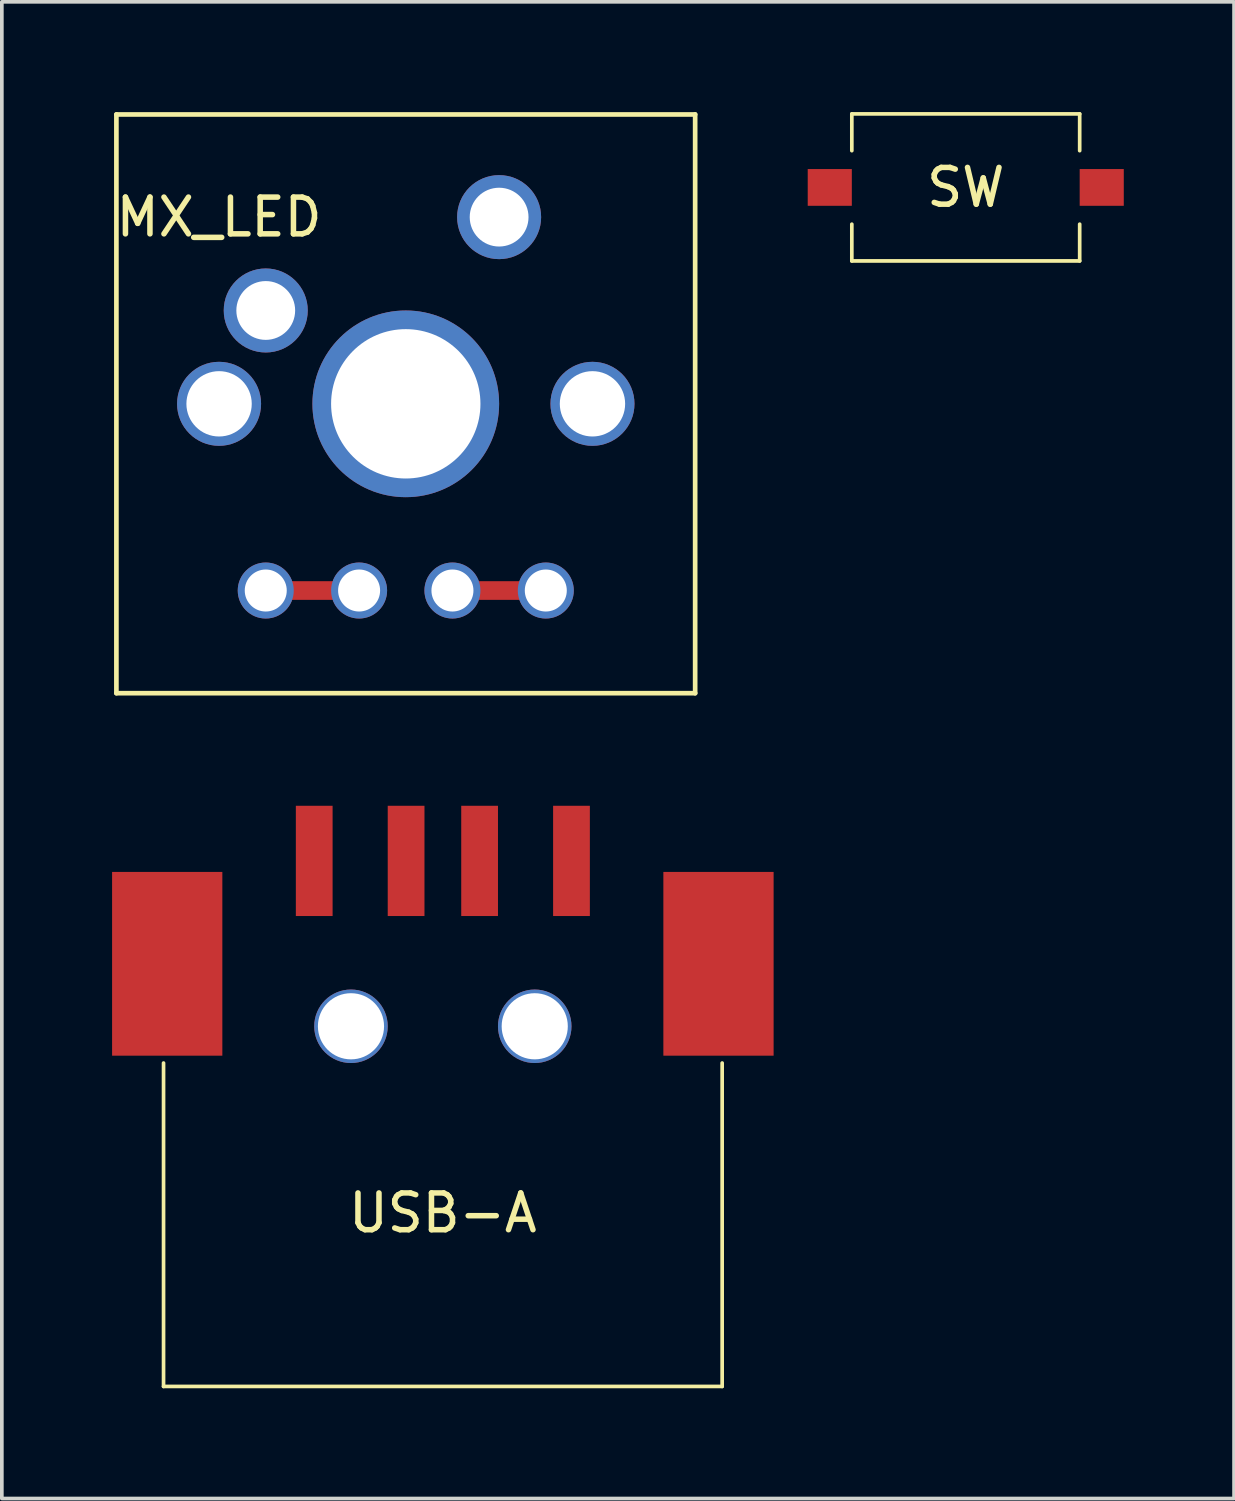
<source format=kicad_pcb>
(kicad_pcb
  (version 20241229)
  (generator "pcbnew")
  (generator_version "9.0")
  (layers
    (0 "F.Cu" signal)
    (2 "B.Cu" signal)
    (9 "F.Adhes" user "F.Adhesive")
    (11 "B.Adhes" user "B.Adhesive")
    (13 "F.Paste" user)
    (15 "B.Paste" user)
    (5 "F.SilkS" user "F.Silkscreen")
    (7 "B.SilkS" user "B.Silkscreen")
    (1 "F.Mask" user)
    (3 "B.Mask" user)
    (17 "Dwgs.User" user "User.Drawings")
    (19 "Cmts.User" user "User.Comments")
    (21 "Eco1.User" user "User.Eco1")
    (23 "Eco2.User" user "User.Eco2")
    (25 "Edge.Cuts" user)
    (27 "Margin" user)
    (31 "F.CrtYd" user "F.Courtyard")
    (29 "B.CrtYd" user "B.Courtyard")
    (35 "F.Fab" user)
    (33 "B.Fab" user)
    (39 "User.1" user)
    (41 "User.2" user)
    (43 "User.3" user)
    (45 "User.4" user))
  (footprint "MX_LED"
    (layer "F.Cu")
    (at 7.991 7.938)
    (property "Reference" "MX_LED" (at -5.08 -5.08 0) (layer "F.SilkS") (effects (font (size 1 1) (thickness 0.15))))
    (attr through_hole)
    (fp_line (start -7.874 -7.874) (end -7.874 7.874) (stroke (width 0.127) (type solid)) (layer "F.SilkS"))
    (fp_line (start -7.874 7.874) (end 7.874 7.874) (stroke (width 0.127) (type solid)) (layer "F.SilkS"))
    (fp_line (start 7.874 -7.874) (end -7.874 -7.874) (stroke (width 0.127) (type solid)) (layer "F.SilkS"))
    (fp_line (start 7.874 7.874) (end 7.874 -7.874) (stroke (width 0.127) (type solid)) (layer "F.SilkS"))
    (pad "" np_thru_hole circle (at -5.08 0) (size 2.286 2.286) (drill 1.778) (layers "*.Cu" "*.Mask"))
    (pad "" connect rect (at -2.54 5.08) (size 1.27 0.508) (layers "F.Cu" "F.Mask"))
    (pad "" np_thru_hole circle (at 0 0) (size 5.08 5.08) (drill 4.064) (layers "*.Cu" "*.Mask"))
    (pad "" connect rect (at 2.54 5.08) (size 1.27 0.508) (layers "F.Cu" "F.Mask"))
    (pad "" np_thru_hole circle (at 5.08 0) (size 2.286 2.286) (drill 1.778) (layers "*.Cu" "*.Mask"))
    (pad "1" thru_hole circle (at 2.54 -5.08) (size 2.286 2.286) (drill 1.6) (layers "*.Cu" "*.Mask"))
    (pad "2" thru_hole circle (at -3.81 -2.54) (size 2.286 2.286) (drill 1.6) (layers "*.Cu" "*.Mask"))
    (pad "3" thru_hole circle (at -3.81 5.08) (size 1.524 1.524) (drill 1.143) (layers "*.Cu" "*.Mask"))
    (pad "3" thru_hole circle (at -1.27 5.08) (size 1.524 1.524) (drill 1.143) (layers "*.Cu" "*.Mask"))
    (pad "4" thru_hole circle (at 1.27 5.08) (size 1.524 1.524) (drill 1.143) (layers "*.Cu" "*.Mask"))
    (pad "4" thru_hole circle (at 3.81 5.08) (size 1.524 1.524) (drill 1.143) (layers "*.Cu" "*.Mask")))
  (footprint "SW"
    (layer "F.Cu")
    (at 23.228 2.05)
    (property "Reference" "SW" (at 0 0 0) (layer "F.SilkS") (effects (font (size 1 1) (thickness 0.15))))
    (attr through_hole)
    (fp_line (start -3.1 -2) (end -3.1 -1) (stroke (width 0.1) (type solid)) (layer "F.SilkS"))
    (fp_line (start -3.1 -2) (end 3.1 -2) (stroke (width 0.1) (type solid)) (layer "F.SilkS"))
    (fp_line (start -3.1 1) (end -3.1 2) (stroke (width 0.1) (type solid)) (layer "F.SilkS"))
    (fp_line (start 3.1 -2) (end 3.1 -1) (stroke (width 0.1) (type solid)) (layer "F.SilkS"))
    (fp_line (start 3.1 1) (end 3.1 2) (stroke (width 0.1) (type solid)) (layer "F.SilkS"))
    (fp_line (start 3.1 2) (end -3.1 2) (stroke (width 0.1) (type solid)) (layer "F.SilkS"))
    (pad "1" smd rect (at 3.7 0) (size 1.2 1) (layers "F.Cu" "F.Mask" "F.Paste"))
    (pad "2" smd rect (at -3.7 0) (size 1.2 1) (layers "F.Cu" "F.Mask" "F.Paste")))
  (footprint "USB-A"
    (layer "F.Cu")
    (at 9 24.875)
    (property "Reference" "USB-A" (at 0 5.08 0) (layer "F.SilkS") (effects (font (size 1 1) (thickness 0.15))))
    (attr through_hole)
    (fp_line (start -7.6 9.8) (end -7.6 1) (stroke (width 0.1) (type solid)) (layer "F.SilkS"))
    (fp_line (start 7.6 1) (end 7.6 9.8) (stroke (width 0.1) (type solid)) (layer "F.SilkS"))
    (fp_line (start 7.6 9.8) (end -7.6 9.8) (stroke (width 0.1) (type solid)) (layer "F.SilkS"))
    (pad "" np_thru_hole circle (at -2.5 0) (size 2 2) (drill 1.8) (layers "*.Cu" "*.Mask"))
    (pad "" np_thru_hole circle (at 2.5 0) (size 2 2) (drill 1.8) (layers "*.Cu" "*.Mask"))
    (pad "1" smd rect (at -3.5 -4.5) (size 1 3) (layers "F.Cu" "F.Mask" "F.Paste"))
    (pad "2" smd rect (at -1 -4.5) (size 1 3) (layers "F.Cu" "F.Mask" "F.Paste"))
    (pad "3" smd rect (at 1 -4.5) (size 1 3) (layers "F.Cu" "F.Mask" "F.Paste"))
    (pad "4" smd rect (at 3.5 -4.5) (size 1 3) (layers "F.Cu" "F.Mask" "F.Paste"))
    (pad "5" smd rect (at -7.5 -1.7) (size 3 5) (layers "F.Cu" "F.Mask" "F.Paste"))
    (pad "5" smd rect (at 7.5 -1.7) (size 3 5) (layers "F.Cu" "F.Mask" "F.Paste")))
  (gr_rect
    (start -3 -3)
    (end 30.528 37.725)
    (stroke (width 0.1) (type default))
    (fill no)
    (layer "Edge.Cuts")))
</source>
